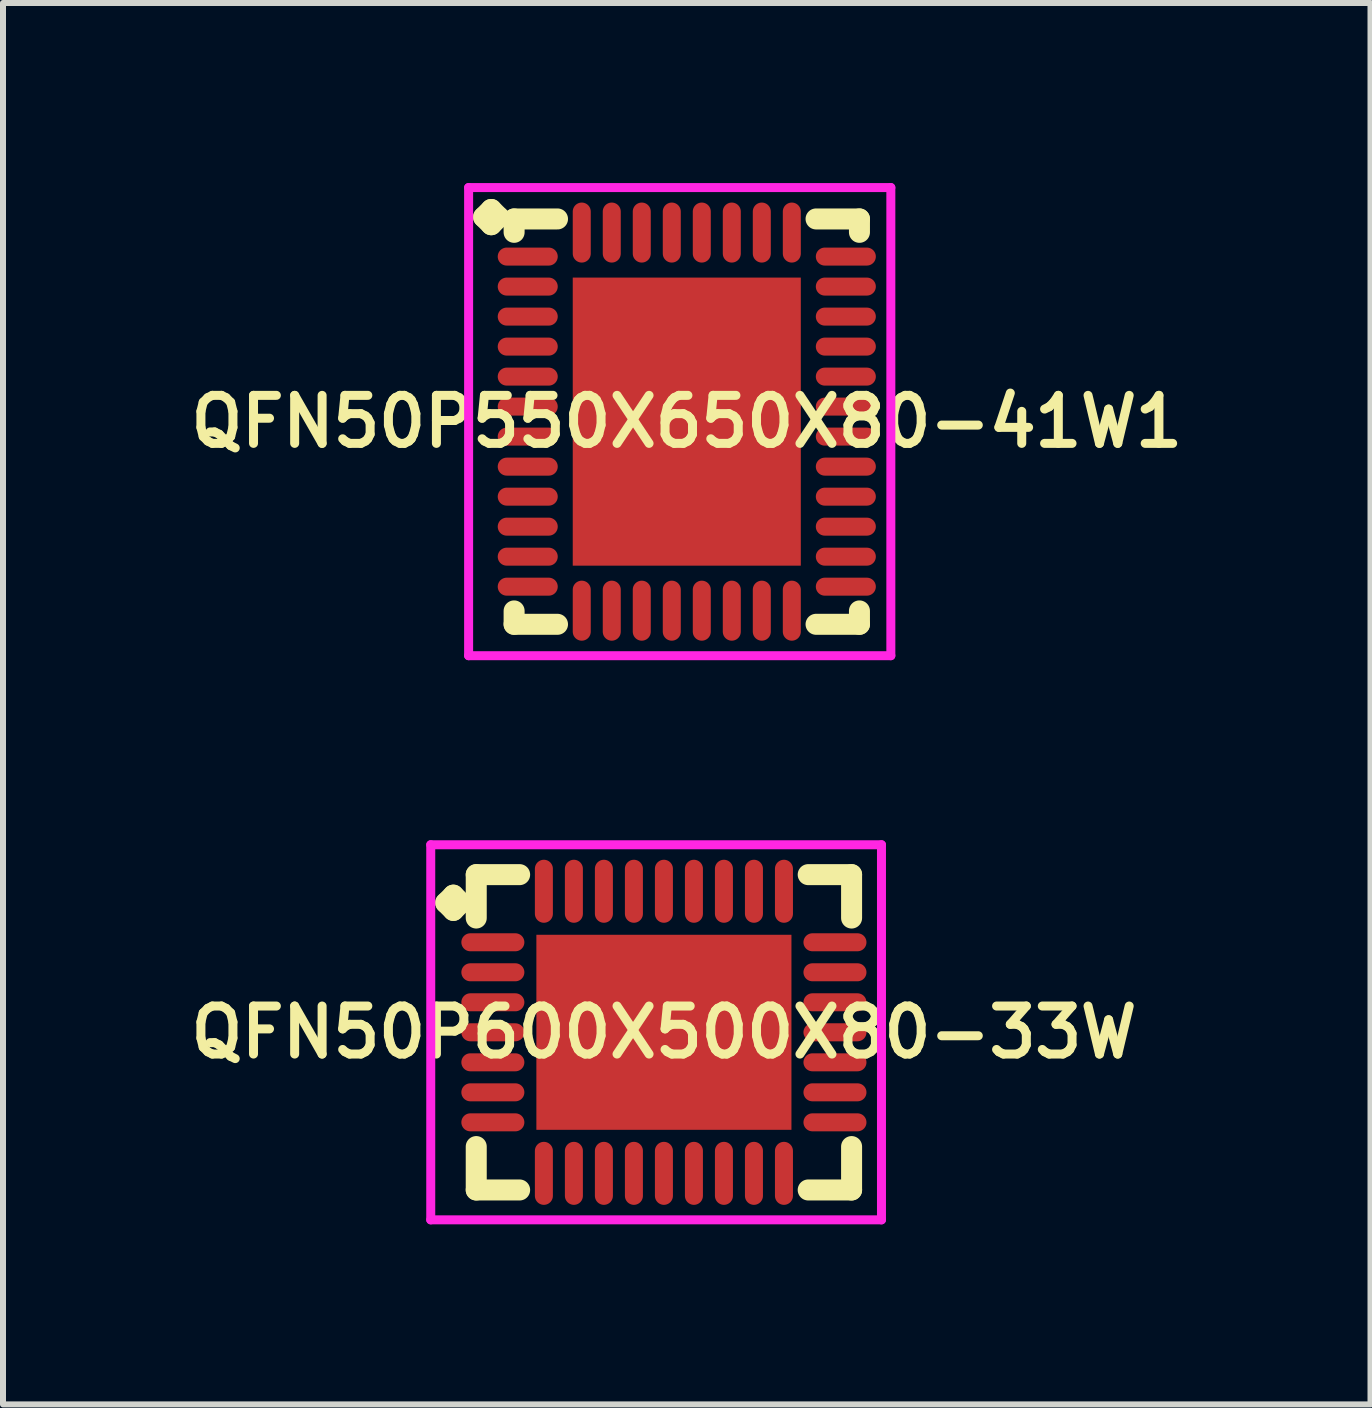
<source format=kicad_pcb>
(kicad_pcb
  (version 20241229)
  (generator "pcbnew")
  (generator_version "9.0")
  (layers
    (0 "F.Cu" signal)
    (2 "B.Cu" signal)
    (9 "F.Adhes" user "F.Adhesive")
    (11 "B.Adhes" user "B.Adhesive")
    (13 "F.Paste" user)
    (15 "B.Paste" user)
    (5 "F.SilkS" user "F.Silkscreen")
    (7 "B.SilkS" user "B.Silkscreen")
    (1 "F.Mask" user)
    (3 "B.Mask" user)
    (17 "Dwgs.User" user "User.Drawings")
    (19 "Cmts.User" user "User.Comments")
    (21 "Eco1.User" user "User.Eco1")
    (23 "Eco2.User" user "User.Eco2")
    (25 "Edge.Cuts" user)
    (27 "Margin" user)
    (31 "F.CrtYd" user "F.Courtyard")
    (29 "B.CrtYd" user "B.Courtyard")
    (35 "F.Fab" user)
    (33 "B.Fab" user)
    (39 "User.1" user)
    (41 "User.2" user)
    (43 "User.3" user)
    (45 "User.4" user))
  (footprint "QFN50P600X500X80-33W"
    (layer "F.Cu")
    (at 8.012 14.15)
    (property "Reference" "QFN50P600X500X80-33W" (at 0 0 0) (layer "F.SilkS") (effects (font (size 0.8 0.8) (thickness 0.15))))
    (attr smd)
    (fp_line (start -3.635 -2.158) (end -3.508 -2.285) (stroke (width 0.35) (type solid)) (layer "F.SilkS"))
    (fp_line (start -3.508 -2.285) (end -3.381 -2.158) (stroke (width 0.35) (type solid)) (layer "F.SilkS"))
    (fp_line (start -3.508 -2.031) (end -3.635 -2.158) (stroke (width 0.35) (type solid)) (layer "F.SilkS"))
    (fp_line (start -3.381 -2.158) (end -3.508 -2.031) (stroke (width 0.35) (type solid)) (layer "F.SilkS"))
    (fp_line (start -3.127 -2.627) (end -2.404 -2.627) (stroke (width 0.35) (type solid)) (layer "F.SilkS"))
    (fp_line (start -3.127 -1.904) (end -3.127 -2.627) (stroke (width 0.35) (type solid)) (layer "F.SilkS"))
    (fp_line (start -3.127 1.904) (end -3.127 2.627) (stroke (width 0.35) (type solid)) (layer "F.SilkS"))
    (fp_line (start -3.127 2.627) (end -2.404 2.627) (stroke (width 0.35) (type solid)) (layer "F.SilkS"))
    (fp_line (start 2.404 -2.627) (end 3.127 -2.627) (stroke (width 0.35) (type solid)) (layer "F.SilkS"))
    (fp_line (start 2.404 2.627) (end 3.127 2.627) (stroke (width 0.35) (type solid)) (layer "F.SilkS"))
    (fp_line (start 3.127 -2.627) (end 3.127 -1.904) (stroke (width 0.35) (type solid)) (layer "F.SilkS"))
    (fp_line (start 3.127 2.627) (end 3.127 1.904) (stroke (width 0.35) (type solid)) (layer "F.SilkS"))
    (fp_line (start -3.885 -3.125) (end 3.625 -3.125) (stroke (width 0.15) (type solid)) (layer "F.CrtYd"))
    (fp_line (start -3.885 3.125) (end -3.885 -3.125) (stroke (width 0.15) (type solid)) (layer "F.CrtYd"))
    (fp_line (start 3.625 -3.125) (end 3.625 3.125) (stroke (width 0.15) (type solid)) (layer "F.CrtYd"))
    (fp_line (start 3.625 3.125) (end -3.885 3.125) (stroke (width 0.15) (type solid)) (layer "F.CrtYd"))
    (pad "1" smd oval (at -2.85 -1.5) (size 1.05 0.3) (layers "F.Cu" "F.Mask" "F.Paste"))
    (pad "2" smd oval (at -2.85 -1) (size 1.05 0.3) (layers "F.Cu" "F.Mask" "F.Paste"))
    (pad "3" smd oval (at -2.85 -0.5) (size 1.05 0.3) (layers "F.Cu" "F.Mask" "F.Paste"))
    (pad "4" smd oval (at -2.85 0) (size 1.05 0.3) (layers "F.Cu" "F.Mask" "F.Paste"))
    (pad "5" smd oval (at -2.85 0.5) (size 1.05 0.3) (layers "F.Cu" "F.Mask" "F.Paste"))
    (pad "6" smd oval (at -2.85 1) (size 1.05 0.3) (layers "F.Cu" "F.Mask" "F.Paste"))
    (pad "7" smd oval (at -2.85 1.5) (size 1.05 0.3) (layers "F.Cu" "F.Mask" "F.Paste"))
    (pad "8" smd oval (at -2 2.35) (size 0.3 1.05) (layers "F.Cu" "F.Mask" "F.Paste"))
    (pad "9" smd oval (at -1.5 2.35) (size 0.3 1.05) (layers "F.Cu" "F.Mask" "F.Paste"))
    (pad "10" smd oval (at -1 2.35) (size 0.3 1.05) (layers "F.Cu" "F.Mask" "F.Paste"))
    (pad "11" smd oval (at -0.5 2.35) (size 0.3 1.05) (layers "F.Cu" "F.Mask" "F.Paste"))
    (pad "12" smd oval (at 0 2.35) (size 0.3 1.05) (layers "F.Cu" "F.Mask" "F.Paste"))
    (pad "13" smd oval (at 0.5 2.35) (size 0.3 1.05) (layers "F.Cu" "F.Mask" "F.Paste"))
    (pad "14" smd oval (at 1 2.35) (size 0.3 1.05) (layers "F.Cu" "F.Mask" "F.Paste"))
    (pad "15" smd oval (at 1.5 2.35) (size 0.3 1.05) (layers "F.Cu" "F.Mask" "F.Paste"))
    (pad "16" smd oval (at 2 2.35) (size 0.3 1.05) (layers "F.Cu" "F.Mask" "F.Paste"))
    (pad "17" smd oval (at 2.85 1.5) (size 1.05 0.3) (layers "F.Cu" "F.Mask" "F.Paste"))
    (pad "18" smd oval (at 2.85 1) (size 1.05 0.3) (layers "F.Cu" "F.Mask" "F.Paste"))
    (pad "19" smd oval (at 2.85 0.5) (size 1.05 0.3) (layers "F.Cu" "F.Mask" "F.Paste"))
    (pad "20" smd oval (at 2.85 0) (size 1.05 0.3) (layers "F.Cu" "F.Mask" "F.Paste"))
    (pad "21" smd oval (at 2.85 -0.5) (size 1.05 0.3) (layers "F.Cu" "F.Mask" "F.Paste"))
    (pad "22" smd oval (at 2.85 -1) (size 1.05 0.3) (layers "F.Cu" "F.Mask" "F.Paste"))
    (pad "23" smd oval (at 2.85 -1.5) (size 1.05 0.3) (layers "F.Cu" "F.Mask" "F.Paste"))
    (pad "24" smd oval (at 2 -2.35) (size 0.3 1.05) (layers "F.Cu" "F.Mask" "F.Paste"))
    (pad "25" smd oval (at 1.5 -2.35) (size 0.3 1.05) (layers "F.Cu" "F.Mask" "F.Paste"))
    (pad "26" smd oval (at 1 -2.35) (size 0.3 1.05) (layers "F.Cu" "F.Mask" "F.Paste"))
    (pad "27" smd oval (at 0.5 -2.35) (size 0.3 1.05) (layers "F.Cu" "F.Mask" "F.Paste"))
    (pad "28" smd oval (at 0 -2.35) (size 0.3 1.05) (layers "F.Cu" "F.Mask" "F.Paste"))
    (pad "29" smd oval (at -0.5 -2.35) (size 0.3 1.05) (layers "F.Cu" "F.Mask" "F.Paste"))
    (pad "30" smd oval (at -1 -2.35) (size 0.3 1.05) (layers "F.Cu" "F.Mask" "F.Paste"))
    (pad "31" smd oval (at -1.5 -2.35) (size 0.3 1.05) (layers "F.Cu" "F.Mask" "F.Paste"))
    (pad "32" smd oval (at -2 -2.35) (size 0.3 1.05) (layers "F.Cu" "F.Mask" "F.Paste"))
    (pad "33" smd rect (at 0 0) (size 4.25 3.25) (layers "F.Cu" "F.Mask" "F.Paste")))
  (footprint "QFN50P550X650X80-41W1"
    (layer "F.Cu")
    (at 8.393 3.975)
    (property "Reference" "QFN50P550X650X80-41W1" (at 0 0 0) (layer "F.SilkS") (effects (font (size 0.8 0.8) (thickness 0.15))))
    (attr smd)
    (fp_line (start -3.385 -3.408) (end -3.258 -3.535) (stroke (width 0.35) (type solid)) (layer "F.SilkS"))
    (fp_line (start -3.258 -3.535) (end -3.131 -3.408) (stroke (width 0.35) (type solid)) (layer "F.SilkS"))
    (fp_line (start -3.258 -3.281) (end -3.385 -3.408) (stroke (width 0.35) (type solid)) (layer "F.SilkS"))
    (fp_line (start -3.131 -3.408) (end -3.258 -3.281) (stroke (width 0.35) (type solid)) (layer "F.SilkS"))
    (fp_line (start -2.877 -3.377) (end -2.154 -3.377) (stroke (width 0.35) (type solid)) (layer "F.SilkS"))
    (fp_line (start -2.877 -3.154) (end -2.877 -3.377) (stroke (width 0.35) (type solid)) (layer "F.SilkS"))
    (fp_line (start -2.877 3.154) (end -2.877 3.377) (stroke (width 0.35) (type solid)) (layer "F.SilkS"))
    (fp_line (start -2.877 3.377) (end -2.154 3.377) (stroke (width 0.35) (type solid)) (layer "F.SilkS"))
    (fp_line (start 2.154 -3.377) (end 2.877 -3.377) (stroke (width 0.35) (type solid)) (layer "F.SilkS"))
    (fp_line (start 2.154 3.377) (end 2.877 3.377) (stroke (width 0.35) (type solid)) (layer "F.SilkS"))
    (fp_line (start 2.877 -3.377) (end 2.877 -3.154) (stroke (width 0.35) (type solid)) (layer "F.SilkS"))
    (fp_line (start 2.877 3.377) (end 2.877 3.154) (stroke (width 0.35) (type solid)) (layer "F.SilkS"))
    (fp_line (start -3.635 -3.9) (end 3.4 -3.9) (stroke (width 0.15) (type solid)) (layer "F.CrtYd"))
    (fp_line (start -3.635 3.9) (end -3.635 -3.9) (stroke (width 0.15) (type solid)) (layer "F.CrtYd"))
    (fp_line (start 3.4 -3.9) (end 3.4 3.9) (stroke (width 0.15) (type solid)) (layer "F.CrtYd"))
    (fp_line (start 3.4 3.9) (end -3.635 3.9) (stroke (width 0.15) (type solid)) (layer "F.CrtYd"))
    (pad "1" smd oval (at -2.65 -2.75) (size 1 0.3) (layers "F.Cu" "F.Mask" "F.Paste"))
    (pad "2" smd oval (at -2.65 -2.25) (size 1 0.3) (layers "F.Cu" "F.Mask" "F.Paste"))
    (pad "3" smd oval (at -2.65 -1.75) (size 1 0.3) (layers "F.Cu" "F.Mask" "F.Paste"))
    (pad "4" smd oval (at -2.65 -1.25) (size 1 0.3) (layers "F.Cu" "F.Mask" "F.Paste"))
    (pad "5" smd oval (at -2.65 -0.75) (size 1 0.3) (layers "F.Cu" "F.Mask" "F.Paste"))
    (pad "6" smd oval (at -2.65 -0.25) (size 1 0.3) (layers "F.Cu" "F.Mask" "F.Paste"))
    (pad "7" smd oval (at -2.65 0.25) (size 1 0.3) (layers "F.Cu" "F.Mask" "F.Paste"))
    (pad "8" smd oval (at -2.65 0.75) (size 1 0.3) (layers "F.Cu" "F.Mask" "F.Paste"))
    (pad "9" smd oval (at -2.65 1.25) (size 1 0.3) (layers "F.Cu" "F.Mask" "F.Paste"))
    (pad "10" smd oval (at -2.65 1.75) (size 1 0.3) (layers "F.Cu" "F.Mask" "F.Paste"))
    (pad "11" smd oval (at -2.65 2.25) (size 1 0.3) (layers "F.Cu" "F.Mask" "F.Paste"))
    (pad "12" smd oval (at -2.65 2.75) (size 1 0.3) (layers "F.Cu" "F.Mask" "F.Paste"))
    (pad "13" smd oval (at -1.75 3.15) (size 0.3 1) (layers "F.Cu" "F.Mask" "F.Paste"))
    (pad "14" smd oval (at -1.25 3.15) (size 0.3 1) (layers "F.Cu" "F.Mask" "F.Paste"))
    (pad "15" smd oval (at -0.75 3.15) (size 0.3 1) (layers "F.Cu" "F.Mask" "F.Paste"))
    (pad "16" smd oval (at -0.25 3.15) (size 0.3 1) (layers "F.Cu" "F.Mask" "F.Paste"))
    (pad "17" smd oval (at 0.25 3.15) (size 0.3 1) (layers "F.Cu" "F.Mask" "F.Paste"))
    (pad "18" smd oval (at 0.75 3.15) (size 0.3 1) (layers "F.Cu" "F.Mask" "F.Paste"))
    (pad "19" smd oval (at 1.25 3.15) (size 0.3 1) (layers "F.Cu" "F.Mask" "F.Paste"))
    (pad "20" smd oval (at 1.75 3.15) (size 0.3 1) (layers "F.Cu" "F.Mask" "F.Paste"))
    (pad "21" smd oval (at 2.65 2.75) (size 1 0.3) (layers "F.Cu" "F.Mask" "F.Paste"))
    (pad "22" smd oval (at 2.65 2.25) (size 1 0.3) (layers "F.Cu" "F.Mask" "F.Paste"))
    (pad "23" smd oval (at 2.65 1.75) (size 1 0.3) (layers "F.Cu" "F.Mask" "F.Paste"))
    (pad "24" smd oval (at 2.65 1.25) (size 1 0.3) (layers "F.Cu" "F.Mask" "F.Paste"))
    (pad "25" smd oval (at 2.65 0.75) (size 1 0.3) (layers "F.Cu" "F.Mask" "F.Paste"))
    (pad "26" smd oval (at 2.65 0.25) (size 1 0.3) (layers "F.Cu" "F.Mask" "F.Paste"))
    (pad "27" smd oval (at 2.65 -0.25) (size 1 0.3) (layers "F.Cu" "F.Mask" "F.Paste"))
    (pad "28" smd oval (at 2.65 -0.75) (size 1 0.3) (layers "F.Cu" "F.Mask" "F.Paste"))
    (pad "29" smd oval (at 2.65 -1.25) (size 1 0.3) (layers "F.Cu" "F.Mask" "F.Paste"))
    (pad "30" smd oval (at 2.65 -1.75) (size 1 0.3) (layers "F.Cu" "F.Mask" "F.Paste"))
    (pad "31" smd oval (at 2.65 -2.25) (size 1 0.3) (layers "F.Cu" "F.Mask" "F.Paste"))
    (pad "32" smd oval (at 2.65 -2.75) (size 1 0.3) (layers "F.Cu" "F.Mask" "F.Paste"))
    (pad "33" smd oval (at 1.75 -3.15) (size 0.3 1) (layers "F.Cu" "F.Mask" "F.Paste"))
    (pad "34" smd oval (at 1.25 -3.15) (size 0.3 1) (layers "F.Cu" "F.Mask" "F.Paste"))
    (pad "35" smd oval (at 0.75 -3.15) (size 0.3 1) (layers "F.Cu" "F.Mask" "F.Paste"))
    (pad "36" smd oval (at 0.25 -3.15) (size 0.3 1) (layers "F.Cu" "F.Mask" "F.Paste"))
    (pad "37" smd oval (at -0.25 -3.15) (size 0.3 1) (layers "F.Cu" "F.Mask" "F.Paste"))
    (pad "38" smd oval (at -0.75 -3.15) (size 0.3 1) (layers "F.Cu" "F.Mask" "F.Paste"))
    (pad "39" smd oval (at -1.25 -3.15) (size 0.3 1) (layers "F.Cu" "F.Mask" "F.Paste"))
    (pad "40" smd oval (at -1.75 -3.15) (size 0.3 1) (layers "F.Cu" "F.Mask" "F.Paste"))
    (pad "41" smd rect (at 0 0) (size 3.8 4.8) (layers "F.Cu" "F.Mask" "F.Paste")))
  (gr_rect
    (start -3 -3)
    (end 19.785 20.35)
    (stroke (width 0.1) (type default))
    (fill no)
    (layer "Edge.Cuts")))
</source>
